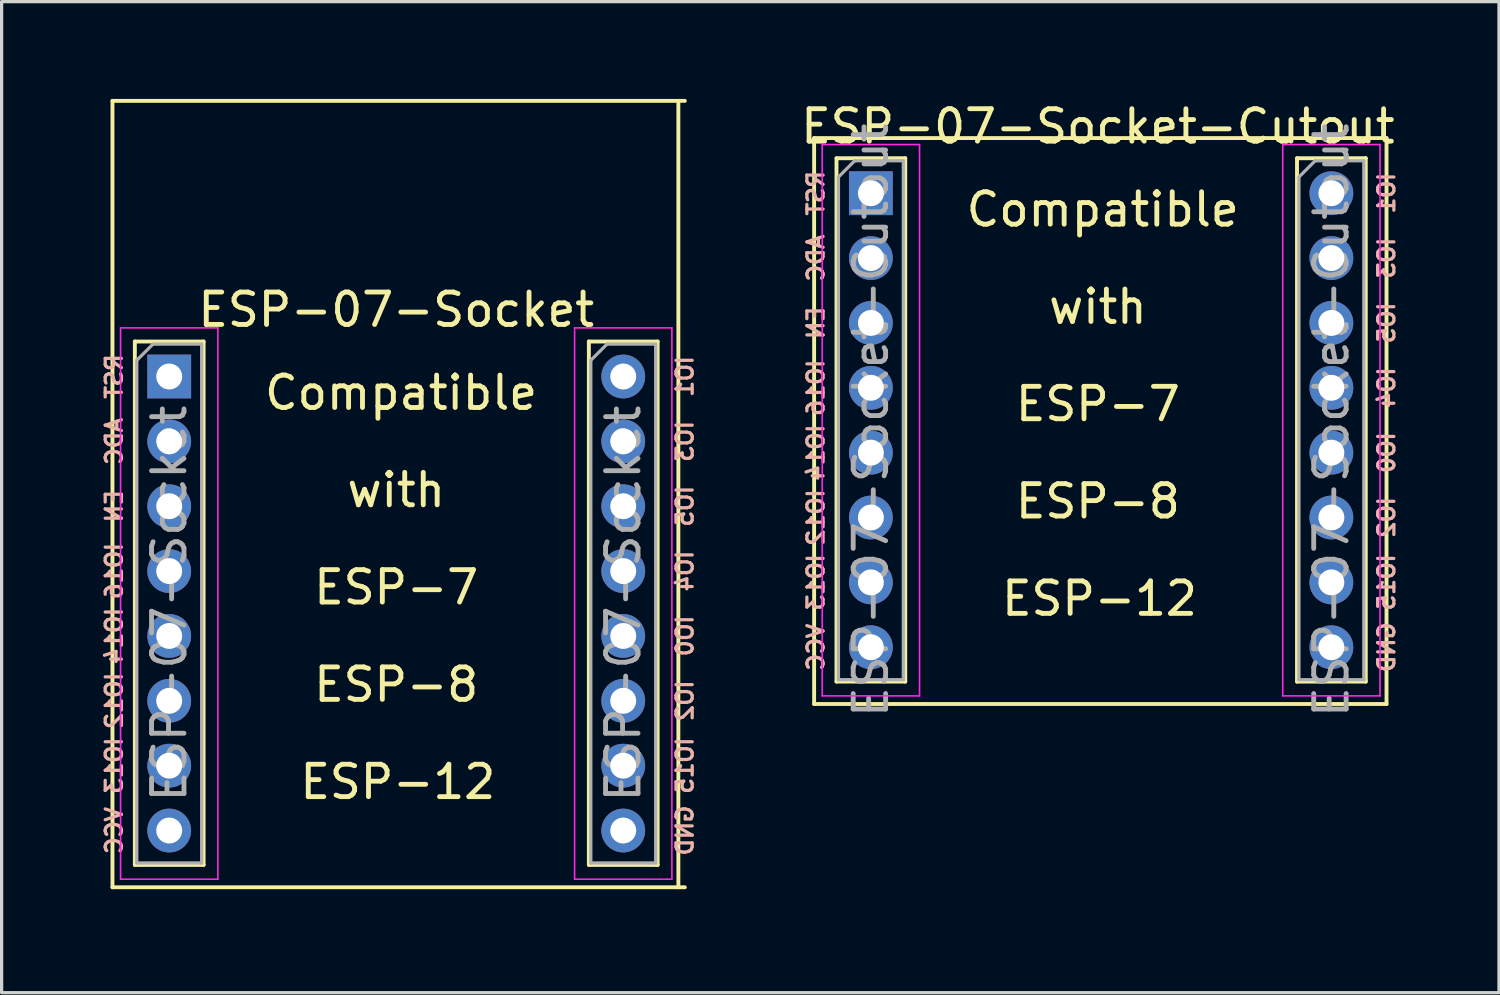
<source format=kicad_pcb>
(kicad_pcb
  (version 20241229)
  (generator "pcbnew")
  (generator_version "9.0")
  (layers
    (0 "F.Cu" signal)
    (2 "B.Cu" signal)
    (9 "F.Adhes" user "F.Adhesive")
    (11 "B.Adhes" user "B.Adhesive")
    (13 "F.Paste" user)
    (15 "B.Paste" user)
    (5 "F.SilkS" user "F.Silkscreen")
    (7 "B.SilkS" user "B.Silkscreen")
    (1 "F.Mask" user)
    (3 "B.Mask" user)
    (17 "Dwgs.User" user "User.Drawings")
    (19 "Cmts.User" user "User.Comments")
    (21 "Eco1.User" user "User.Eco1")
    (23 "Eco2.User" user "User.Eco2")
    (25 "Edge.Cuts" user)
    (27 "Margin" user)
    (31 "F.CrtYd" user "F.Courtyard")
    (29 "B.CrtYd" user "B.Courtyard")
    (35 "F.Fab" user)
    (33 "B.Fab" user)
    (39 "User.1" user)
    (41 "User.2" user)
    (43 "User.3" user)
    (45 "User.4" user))
  (footprint "ESP-07-Socket"
    (layer "F.Cu")
    (at 0.418 24.31)
    (property "Reference" "ESP-07-Socket" (at 8.75 -17.81 0) (layer "F.SilkS") (effects (font (size 1 1) (thickness 0.15))))
    (attr through_hole)
    (fp_line (start 0 0) (end 0 -24.25) (stroke (width 0.12) (type solid)) (layer "F.SilkS"))
    (fp_line (start 0.69 -16.829) (end 0.69 -0.69) (stroke (width 0.12) (type solid)) (layer "F.SilkS"))
    (fp_line (start 0.69 -16.829) (end 2.81 -16.829) (stroke (width 0.12) (type solid)) (layer "F.SilkS"))
    (fp_line (start 0.69 -0.69) (end 2.81 -0.69) (stroke (width 0.12) (type solid)) (layer "F.SilkS"))
    (fp_line (start 2.81 -16.829) (end 2.81 -0.69) (stroke (width 0.12) (type solid)) (layer "F.SilkS"))
    (fp_line (start 14.69 -16.829) (end 14.69 -0.69) (stroke (width 0.12) (type solid)) (layer "F.SilkS"))
    (fp_line (start 14.69 -16.829) (end 16.81 -16.829) (stroke (width 0.12) (type solid)) (layer "F.SilkS"))
    (fp_line (start 14.69 -0.69) (end 16.81 -0.69) (stroke (width 0.12) (type solid)) (layer "F.SilkS"))
    (fp_line (start 16.81 -16.829) (end 16.81 -0.69) (stroke (width 0.12) (type solid)) (layer "F.SilkS"))
    (fp_line (start 17.45 0) (end 17.45 -24.25) (stroke (width 0.12) (type solid)) (layer "F.SilkS"))
    (fp_line (start 17.65 -24.25) (end 0 -24.25) (stroke (width 0.12) (type solid)) (layer "F.SilkS"))
    (fp_line (start 17.65 0) (end 0 0) (stroke (width 0.12) (type solid)) (layer "F.SilkS"))
    (fp_line (start 0.25 -17.25) (end 0.25 -0.25) (stroke (width 0.05) (type solid)) (layer "F.CrtYd"))
    (fp_line (start 0.25 -0.25) (end 3.25 -0.25) (stroke (width 0.05) (type solid)) (layer "F.CrtYd"))
    (fp_line (start 3.25 -17.25) (end 0.25 -17.25) (stroke (width 0.05) (type solid)) (layer "F.CrtYd"))
    (fp_line (start 3.25 -0.25) (end 3.25 -17.25) (stroke (width 0.05) (type solid)) (layer "F.CrtYd"))
    (fp_line (start 14.25 -17.25) (end 14.25 -0.25) (stroke (width 0.05) (type solid)) (layer "F.CrtYd"))
    (fp_line (start 14.25 -0.25) (end 17.25 -0.25) (stroke (width 0.05) (type solid)) (layer "F.CrtYd"))
    (fp_line (start 17.25 -17.25) (end 14.25 -17.25) (stroke (width 0.05) (type solid)) (layer "F.CrtYd"))
    (fp_line (start 17.25 -0.25) (end 17.25 -17.25) (stroke (width 0.05) (type solid)) (layer "F.CrtYd"))
    (fp_line (start 0.75 -16.25) (end 1.25 -16.75) (stroke (width 0.1) (type solid)) (layer "F.Fab"))
    (fp_line (start 0.75 -0.75) (end 0.75 -16.25) (stroke (width 0.1) (type solid)) (layer "F.Fab"))
    (fp_line (start 1.25 -16.75) (end 2.75 -16.75) (stroke (width 0.1) (type solid)) (layer "F.Fab"))
    (fp_line (start 2.75 -16.75) (end 2.75 -0.75) (stroke (width 0.1) (type solid)) (layer "F.Fab"))
    (fp_line (start 2.75 -0.75) (end 0.75 -0.75) (stroke (width 0.1) (type solid)) (layer "F.Fab"))
    (fp_line (start 14.75 -16.25) (end 15.25 -16.75) (stroke (width 0.1) (type solid)) (layer "F.Fab"))
    (fp_line (start 14.75 -0.75) (end 14.75 -16.25) (stroke (width 0.1) (type solid)) (layer "F.Fab"))
    (fp_line (start 15.25 -16.75) (end 16.75 -16.75) (stroke (width 0.1) (type solid)) (layer "F.Fab"))
    (fp_line (start 16.75 -16.75) (end 16.75 -0.75) (stroke (width 0.1) (type solid)) (layer "F.Fab"))
    (fp_line (start 16.75 -0.75) (end 14.75 -0.75) (stroke (width 0.1) (type solid)) (layer "F.Fab"))
    (fp_text user "Compatible" (at 8.9 -15.25 0) (layer "F.SilkS") (effects (font (size 1 1) (thickness 0.15))))
    (fp_text user "ESP-12" (at 8.8 -3.25 0) (layer "F.SilkS") (effects (font (size 1 1) (thickness 0.15))))
    (fp_text user "ESP-7" (at 8.75 -9.25 0) (layer "F.SilkS") (effects (font (size 1 1) (thickness 0.15))))
    (fp_text user "ESP-8" (at 8.75 -6.25 0) (layer "F.SilkS") (effects (font (size 1 1) (thickness 0.15))))
    (fp_text user "with" (at 8.75 -12.25 0) (layer "F.SilkS") (effects (font (size 1 1) (thickness 0.15))))
    (fp_text user "GND" (at 17.65 -1.75 90) (layer "B.SilkS") (effects (font (size 0.5 0.5) (thickness 0.1)) (justify mirror)))
    (fp_text user "IO1" (at 17.65 -15.75 90) (layer "B.SilkS") (effects (font (size 0.5 0.5) (thickness 0.1)) (justify mirror)))
    (fp_text user "RST" (at 0.05 -15.75 270) (layer "B.SilkS") (effects (font (size 0.5 0.5) (thickness 0.1)) (justify mirror)))
    (fp_text user "IO4" (at 17.65 -9.75 90) (layer "B.SilkS") (effects (font (size 0.5 0.5) (thickness 0.1)) (justify mirror)))
    (fp_text user "VCC" (at 0.05 -1.75 270) (layer "B.SilkS") (effects (font (size 0.5 0.5) (thickness 0.1)) (justify mirror)))
    (fp_text user "IO5" (at 17.65 -11.75 90) (layer "B.SilkS") (effects (font (size 0.5 0.5) (thickness 0.1)) (justify mirror)))
    (fp_text user "IO15" (at 17.65 -3.75 90) (layer "B.SilkS") (effects (font (size 0.5 0.5) (thickness 0.1)) (justify mirror)))
    (fp_text user "IO14" (at 0.05 -7.75 270) (layer "B.SilkS") (effects (font (size 0.5 0.5) (thickness 0.1)) (justify mirror)))
    (fp_text user "IO2" (at 17.65 -5.75 90) (layer "B.SilkS") (effects (font (size 0.5 0.5) (thickness 0.1)) (justify mirror)))
    (fp_text user "IO13" (at 0.05 -3.75 270) (layer "B.SilkS") (effects (font (size 0.5 0.5) (thickness 0.1)) (justify mirror)))
    (fp_text user "IO16" (at 0.05 -9.75 270) (layer "B.SilkS") (effects (font (size 0.5 0.5) (thickness 0.1)) (justify mirror)))
    (fp_text user "IO3" (at 17.65 -13.75 90) (layer "B.SilkS") (effects (font (size 0.5 0.5) (thickness 0.1)) (justify mirror)))
    (fp_text user "EN" (at 0.05 -11.75 270) (layer "B.SilkS") (effects (font (size 0.5 0.5) (thickness 0.1)) (justify mirror)))
    (fp_text user "IO12" (at 0.05 -5.75 270) (layer "B.SilkS") (effects (font (size 0.5 0.5) (thickness 0.1)) (justify mirror)))
    (fp_text user "ADC" (at 0.05 -13.75 270) (layer "B.SilkS") (effects (font (size 0.5 0.5) (thickness 0.1)) (justify mirror)))
    (fp_text user "IO0" (at 17.65 -7.75 90) (layer "B.SilkS") (effects (font (size 0.5 0.5) (thickness 0.1)) (justify mirror)))
    (fp_text user "${REFERENCE}" (at 15.75 -8.75 90) (layer "F.Fab") (effects (font (size 1 1) (thickness 0.15))))
    (fp_text user "${REFERENCE}" (at 1.75 -8.75 90) (layer "F.Fab") (effects (font (size 1 1) (thickness 0.15))))
    (pad "1" thru_hole rect (at 1.75 -15.75) (size 1.35 1.35) (drill 0.8) (layers "*.Cu" "*.Mask"))
    (pad "2" thru_hole oval (at 1.75 -13.75) (size 1.35 1.35) (drill 0.8) (layers "*.Cu" "*.Mask"))
    (pad "3" thru_hole oval (at 1.75 -11.75) (size 1.35 1.35) (drill 0.8) (layers "*.Cu" "*.Mask"))
    (pad "4" thru_hole oval (at 1.75 -9.75) (size 1.35 1.35) (drill 0.8) (layers "*.Cu" "*.Mask"))
    (pad "5" thru_hole oval (at 1.75 -7.75) (size 1.35 1.35) (drill 0.8) (layers "*.Cu" "*.Mask"))
    (pad "6" thru_hole oval (at 1.75 -5.75) (size 1.35 1.35) (drill 0.8) (layers "*.Cu" "*.Mask"))
    (pad "7" thru_hole oval (at 1.75 -3.75) (size 1.35 1.35) (drill 0.8) (layers "*.Cu" "*.Mask"))
    (pad "8" thru_hole oval (at 1.75 -1.75) (size 1.35 1.35) (drill 0.8) (layers "*.Cu" "*.Mask"))
    (pad "9" thru_hole oval (at 15.75 -1.75) (size 1.35 1.35) (drill 0.8) (layers "*.Cu" "*.Mask"))
    (pad "10" thru_hole oval (at 15.75 -3.75) (size 1.35 1.35) (drill 0.8) (layers "*.Cu" "*.Mask"))
    (pad "11" thru_hole oval (at 15.75 -5.75) (size 1.35 1.35) (drill 0.8) (layers "*.Cu" "*.Mask"))
    (pad "12" thru_hole oval (at 15.75 -7.75) (size 1.35 1.35) (drill 0.8) (layers "*.Cu" "*.Mask"))
    (pad "13" thru_hole oval (at 15.75 -9.75) (size 1.35 1.35) (drill 0.8) (layers "*.Cu" "*.Mask"))
    (pad "14" thru_hole oval (at 15.75 -11.75) (size 1.35 1.35) (drill 0.8) (layers "*.Cu" "*.Mask"))
    (pad "15" thru_hole oval (at 15.75 -13.75) (size 1.35 1.35) (drill 0.8) (layers "*.Cu" "*.Mask"))
    (pad "16" thru_hole circle (at 15.75 -15.75) (size 1.35 1.35) (drill 0.8) (layers "*.Cu" "*.Mask")))
  (footprint "ESP-07-Socket-Cutout"
    (layer "F.Cu")
    (at 23.804 2.908)
    (property "Reference" "ESP-07-Socket-Cutout" (at 7 -2.06 0) (layer "F.SilkS") (effects (font (size 1 1) (thickness 0.15))))
    (attr through_hole)
    (fp_line (start -1.75 15.75) (end -1.75 -1.7) (stroke (width 0.12) (type solid)) (layer "F.SilkS"))
    (fp_line (start -1.06 -1.079) (end -1.06 15.06) (stroke (width 0.12) (type solid)) (layer "F.SilkS"))
    (fp_line (start -1.06 -1.079) (end 1.06 -1.079) (stroke (width 0.12) (type solid)) (layer "F.SilkS"))
    (fp_line (start -1.06 15.06) (end 1.06 15.06) (stroke (width 0.12) (type solid)) (layer "F.SilkS"))
    (fp_line (start 1.06 -1.079) (end 1.06 15.06) (stroke (width 0.12) (type solid)) (layer "F.SilkS"))
    (fp_line (start 13.14 -1.079) (end 13.14 15.06) (stroke (width 0.12) (type solid)) (layer "F.SilkS"))
    (fp_line (start 13.14 -1.079) (end 15.26 -1.079) (stroke (width 0.12) (type solid)) (layer "F.SilkS"))
    (fp_line (start 13.14 15.06) (end 15.26 15.06) (stroke (width 0.12) (type solid)) (layer "F.SilkS"))
    (fp_line (start 15.26 -1.079) (end 15.26 15.06) (stroke (width 0.12) (type solid)) (layer "F.SilkS"))
    (fp_line (start 15.9 -1.7) (end -1.75 -1.7) (stroke (width 0.12) (type solid)) (layer "F.SilkS"))
    (fp_line (start 15.9 15.75) (end -1.75 15.75) (stroke (width 0.12) (type solid)) (layer "F.SilkS"))
    (fp_line (start 15.9 15.75) (end 15.9 -1.7) (stroke (width 0.12) (type solid)) (layer "F.SilkS"))
    (fp_line (start -1.5 -1.5) (end -1.5 15.5) (stroke (width 0.05) (type solid)) (layer "F.CrtYd"))
    (fp_line (start -1.5 15.5) (end 1.5 15.5) (stroke (width 0.05) (type solid)) (layer "F.CrtYd"))
    (fp_line (start 1.5 -1.5) (end -1.5 -1.5) (stroke (width 0.05) (type solid)) (layer "F.CrtYd"))
    (fp_line (start 1.5 15.5) (end 1.5 -1.5) (stroke (width 0.05) (type solid)) (layer "F.CrtYd"))
    (fp_line (start 12.7 -1.5) (end 12.7 15.5) (stroke (width 0.05) (type solid)) (layer "F.CrtYd"))
    (fp_line (start 12.7 15.5) (end 15.7 15.5) (stroke (width 0.05) (type solid)) (layer "F.CrtYd"))
    (fp_line (start 15.7 -1.5) (end 12.7 -1.5) (stroke (width 0.05) (type solid)) (layer "F.CrtYd"))
    (fp_line (start 15.7 15.5) (end 15.7 -1.5) (stroke (width 0.05) (type solid)) (layer "F.CrtYd"))
    (fp_line (start -1 -0.5) (end -0.5 -1) (stroke (width 0.1) (type solid)) (layer "F.Fab"))
    (fp_line (start -1 15) (end -1 -0.5) (stroke (width 0.1) (type solid)) (layer "F.Fab"))
    (fp_line (start -0.5 -1) (end 1 -1) (stroke (width 0.1) (type solid)) (layer "F.Fab"))
    (fp_line (start 1 -1) (end 1 15) (stroke (width 0.1) (type solid)) (layer "F.Fab"))
    (fp_line (start 1 15) (end -1 15) (stroke (width 0.1) (type solid)) (layer "F.Fab"))
    (fp_line (start 13.2 -0.5) (end 13.7 -1) (stroke (width 0.1) (type solid)) (layer "F.Fab"))
    (fp_line (start 13.2 15) (end 13.2 -0.5) (stroke (width 0.1) (type solid)) (layer "F.Fab"))
    (fp_line (start 13.7 -1) (end 15.2 -1) (stroke (width 0.1) (type solid)) (layer "F.Fab"))
    (fp_line (start 15.2 -1) (end 15.2 15) (stroke (width 0.1) (type solid)) (layer "F.Fab"))
    (fp_line (start 15.2 15) (end 13.2 15) (stroke (width 0.1) (type solid)) (layer "F.Fab"))
    (fp_text user "ESP-8" (at 7 9.5 0) (layer "F.SilkS") (effects (font (size 1 1) (thickness 0.15))))
    (fp_text user "with" (at 7 3.5 0) (layer "F.SilkS") (effects (font (size 1 1) (thickness 0.15))))
    (fp_text user "ESP-12" (at 7.05 12.5 0) (layer "F.SilkS") (effects (font (size 1 1) (thickness 0.15))))
    (fp_text user "ESP-7" (at 7 6.5 0) (layer "F.SilkS") (effects (font (size 1 1) (thickness 0.15))))
    (fp_text user "Compatible" (at 7.15 0.5 0) (layer "F.SilkS") (effects (font (size 1 1) (thickness 0.15))))
    (fp_text user "IO14" (at -1.7 8 270) (layer "B.SilkS") (effects (font (size 0.5 0.5) (thickness 0.1)) (justify mirror)))
    (fp_text user "IO2" (at 15.9 10 90) (layer "B.SilkS") (effects (font (size 0.5 0.5) (thickness 0.1)) (justify mirror)))
    (fp_text user "IO1" (at 15.9 0 90) (layer "B.SilkS") (effects (font (size 0.5 0.5) (thickness 0.1)) (justify mirror)))
    (fp_text user "IO12" (at -1.7 10 270) (layer "B.SilkS") (effects (font (size 0.5 0.5) (thickness 0.1)) (justify mirror)))
    (fp_text user "IO3" (at 15.9 2 90) (layer "B.SilkS") (effects (font (size 0.5 0.5) (thickness 0.1)) (justify mirror)))
    (fp_text user "IO5" (at 15.9 4 90) (layer "B.SilkS") (effects (font (size 0.5 0.5) (thickness 0.1)) (justify mirror)))
    (fp_text user "EN" (at -1.7 4 270) (layer "B.SilkS") (effects (font (size 0.5 0.5) (thickness 0.1)) (justify mirror)))
    (fp_text user "IO0" (at 15.9 8 90) (layer "B.SilkS") (effects (font (size 0.5 0.5) (thickness 0.1)) (justify mirror)))
    (fp_text user "ADC" (at -1.7 2 270) (layer "B.SilkS") (effects (font (size 0.5 0.5) (thickness 0.1)) (justify mirror)))
    (fp_text user "IO15" (at 15.9 12 90) (layer "B.SilkS") (effects (font (size 0.5 0.5) (thickness 0.1)) (justify mirror)))
    (fp_text user "GND" (at 15.9 14 90) (layer "B.SilkS") (effects (font (size 0.5 0.5) (thickness 0.1)) (justify mirror)))
    (fp_text user "VCC" (at -1.7 14 270) (layer "B.SilkS") (effects (font (size 0.5 0.5) (thickness 0.1)) (justify mirror)))
    (fp_text user "IO4" (at 15.9 6 90) (layer "B.SilkS") (effects (font (size 0.5 0.5) (thickness 0.1)) (justify mirror)))
    (fp_text user "IO16" (at -1.7 6 270) (layer "B.SilkS") (effects (font (size 0.5 0.5) (thickness 0.1)) (justify mirror)))
    (fp_text user "RST" (at -1.7 0 270) (layer "B.SilkS") (effects (font (size 0.5 0.5) (thickness 0.1)) (justify mirror)))
    (fp_text user "IO13" (at -1.7 12 270) (layer "B.SilkS") (effects (font (size 0.5 0.5) (thickness 0.1)) (justify mirror)))
    (fp_text user "${REFERENCE}" (at 0 7 90) (layer "F.Fab") (effects (font (size 1 1) (thickness 0.15))))
    (fp_text user "${REFERENCE}" (at 14.2 7 90) (layer "F.Fab") (effects (font (size 1 1) (thickness 0.15))))
    (pad "1" thru_hole rect (at 0 0) (size 1.35 1.35) (drill 0.8) (layers "*.Cu" "*.Mask"))
    (pad "2" thru_hole oval (at 0 2) (size 1.35 1.35) (drill 0.8) (layers "*.Cu" "*.Mask"))
    (pad "3" thru_hole oval (at 0 4) (size 1.35 1.35) (drill 0.8) (layers "*.Cu" "*.Mask"))
    (pad "4" thru_hole oval (at 0 6) (size 1.35 1.35) (drill 0.8) (layers "*.Cu" "*.Mask"))
    (pad "5" thru_hole oval (at 0 8) (size 1.35 1.35) (drill 0.8) (layers "*.Cu" "*.Mask"))
    (pad "6" thru_hole oval (at 0 10) (size 1.35 1.35) (drill 0.8) (layers "*.Cu" "*.Mask"))
    (pad "7" thru_hole oval (at 0 12) (size 1.35 1.35) (drill 0.8) (layers "*.Cu" "*.Mask"))
    (pad "8" thru_hole oval (at 0 14) (size 1.35 1.35) (drill 0.8) (layers "*.Cu" "*.Mask"))
    (pad "9" thru_hole oval (at 14.2 14) (size 1.35 1.35) (drill 0.8) (layers "*.Cu" "*.Mask"))
    (pad "10" thru_hole oval (at 14.2 12) (size 1.35 1.35) (drill 0.8) (layers "*.Cu" "*.Mask"))
    (pad "11" thru_hole oval (at 14.2 10) (size 1.35 1.35) (drill 0.8) (layers "*.Cu" "*.Mask"))
    (pad "12" thru_hole oval (at 14.2 8) (size 1.35 1.35) (drill 0.8) (layers "*.Cu" "*.Mask"))
    (pad "13" thru_hole oval (at 14.2 6) (size 1.35 1.35) (drill 0.8) (layers "*.Cu" "*.Mask"))
    (pad "14" thru_hole oval (at 14.2 4) (size 1.35 1.35) (drill 0.8) (layers "*.Cu" "*.Mask"))
    (pad "15" thru_hole oval (at 14.2 2) (size 1.35 1.35) (drill 0.8) (layers "*.Cu" "*.Mask"))
    (pad "16" thru_hole circle (at 14.2 0) (size 1.35 1.35) (drill 0.8) (layers "*.Cu" "*.Mask")))
  (gr_rect
    (start -3 -3)
    (end 43.172 27.56)
    (stroke (width 0.1) (type default))
    (fill no)
    (layer "Edge.Cuts")))
</source>
